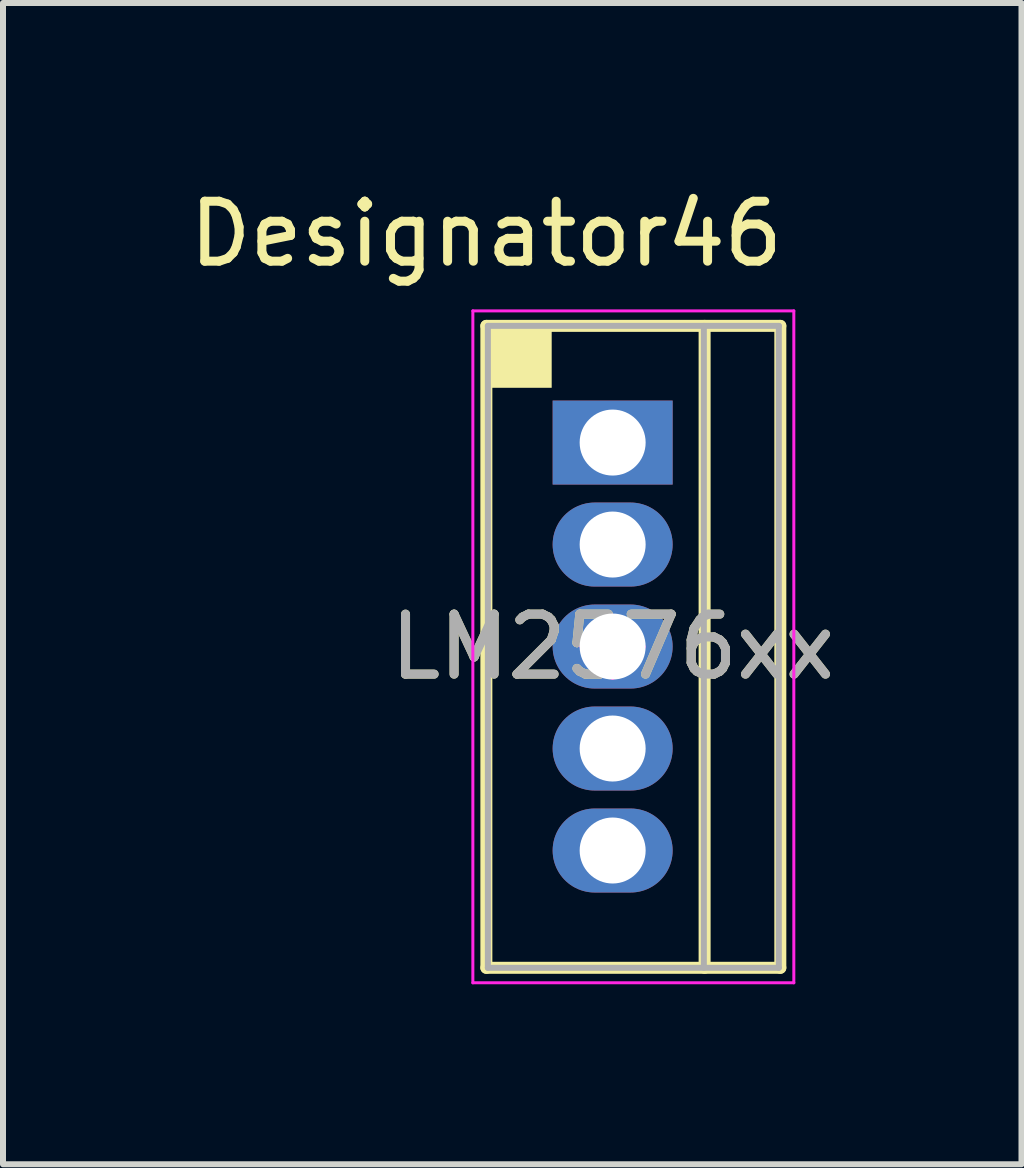
<source format=kicad_pcb>
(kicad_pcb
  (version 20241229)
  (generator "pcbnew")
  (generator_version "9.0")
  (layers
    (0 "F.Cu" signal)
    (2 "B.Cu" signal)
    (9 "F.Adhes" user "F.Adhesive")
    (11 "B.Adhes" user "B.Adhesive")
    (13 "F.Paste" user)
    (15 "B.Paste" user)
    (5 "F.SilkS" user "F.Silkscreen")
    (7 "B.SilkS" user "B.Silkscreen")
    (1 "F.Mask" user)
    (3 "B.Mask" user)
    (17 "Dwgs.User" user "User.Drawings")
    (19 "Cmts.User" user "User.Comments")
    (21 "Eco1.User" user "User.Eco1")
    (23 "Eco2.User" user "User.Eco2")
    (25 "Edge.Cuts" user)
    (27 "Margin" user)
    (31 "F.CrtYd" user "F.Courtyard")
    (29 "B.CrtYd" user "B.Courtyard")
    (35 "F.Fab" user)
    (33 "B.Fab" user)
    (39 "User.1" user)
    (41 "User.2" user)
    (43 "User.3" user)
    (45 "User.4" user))
  (footprint "LM2576xx"
    (layer "F.Cu")
    (at 7.162 7.732)
    (property "Reference" "LM2576xx" (at 0 0 0) (unlocked yes) (layer "F.SilkS") (effects (font (size 1 1) (thickness 0.15))))
    (attr through_hole)
    (fp_line (start -2.105 -5.35) (end 2.795 -5.35) (stroke (width 0.2) (type solid)) (layer "F.SilkS"))
    (fp_line (start -2.105 5.35) (end -2.105 -5.35) (stroke (width 0.2) (type solid)) (layer "F.SilkS"))
    (fp_line (start -2.105 5.35) (end 2.795 5.35) (stroke (width 0.2) (type solid)) (layer "F.SilkS"))
    (fp_line (start 1.533 5.35) (end 1.533 -5.35) (stroke (width 0.2) (type solid)) (layer "F.SilkS"))
    (fp_line (start 2.795 5.35) (end 2.795 -5.35) (stroke (width 0.2) (type solid)) (layer "F.SilkS"))
    (fp_poly (pts (xy -2.127 -4.318) (xy -1.016 -4.318) (xy -1.016 -5.35) (xy -2.127 -5.35)) (stroke (width 0) (type solid)) (fill yes) (layer "F.SilkS"))
    (fp_line (start -2.33 -5.6) (end 3.02 -5.6) (stroke (width 0.05) (type solid)) (layer "F.CrtYd"))
    (fp_line (start -2.33 5.6) (end -2.33 -5.6) (stroke (width 0.05) (type solid)) (layer "F.CrtYd"))
    (fp_line (start -2.33 5.6) (end 3.02 5.6) (stroke (width 0.05) (type solid)) (layer "F.CrtYd"))
    (fp_line (start -0.5 0) (end 0.5 0) (stroke (width 0.1) (type solid)) (layer "F.CrtYd"))
    (fp_line (start 0 0.5) (end 0 -0.5) (stroke (width 0.1) (type solid)) (layer "F.CrtYd"))
    (fp_line (start 3.02 5.6) (end 3.02 -5.6) (stroke (width 0.05) (type solid)) (layer "F.CrtYd"))
    (fp_line (start -2.08 -5.35) (end 2.77 -5.35) (stroke (width 0.1) (type solid)) (layer "F.Fab"))
    (fp_line (start -2.08 5.35) (end -2.08 -5.35) (stroke (width 0.1) (type solid)) (layer "F.Fab"))
    (fp_line (start -2.08 5.35) (end 2.77 5.35) (stroke (width 0.1) (type solid)) (layer "F.Fab"))
    (fp_line (start 1.52 5.35) (end 1.52 -5.35) (stroke (width 0.1) (type solid)) (layer "F.Fab"))
    (fp_line (start 2.77 5.35) (end 2.77 -5.35) (stroke (width 0.1) (type solid)) (layer "F.Fab"))
    (fp_text user "Designator46" (at -2.108 -6.883 0) (unlocked yes) (layer "F.SilkS") (effects (font (size 1 1) (thickness 0.15))))
    (fp_text user "${REFERENCE}" (at 0 0 0) (unlocked yes) (layer "F.Fab") (effects (font (size 1 1) (thickness 0.15))))
    (pad "1" thru_hole rect (at 0 -3.405) (size 2 1.4) (drill 1.1) (layers "*.Cu" "*.Mask"))
    (pad "2" thru_hole oval (at 0 -1.705) (size 2 1.4) (drill 1.1) (layers "*.Cu" "*.Mask"))
    (pad "3" thru_hole oval (at 0 -0.005) (size 2 1.4) (drill 1.1) (layers "*.Cu" "*.Mask"))
    (pad "4" thru_hole oval (at 0 1.695) (size 2 1.4) (drill 1.1) (layers "*.Cu" "*.Mask"))
    (pad "5" thru_hole oval (at 0 3.395) (size 2 1.4) (drill 1.1) (layers "*.Cu" "*.Mask")))
  (gr_rect
    (start -3 -3)
    (end 13.977 16.357)
    (stroke (width 0.1) (type default))
    (fill no)
    (layer "Edge.Cuts")))
</source>
